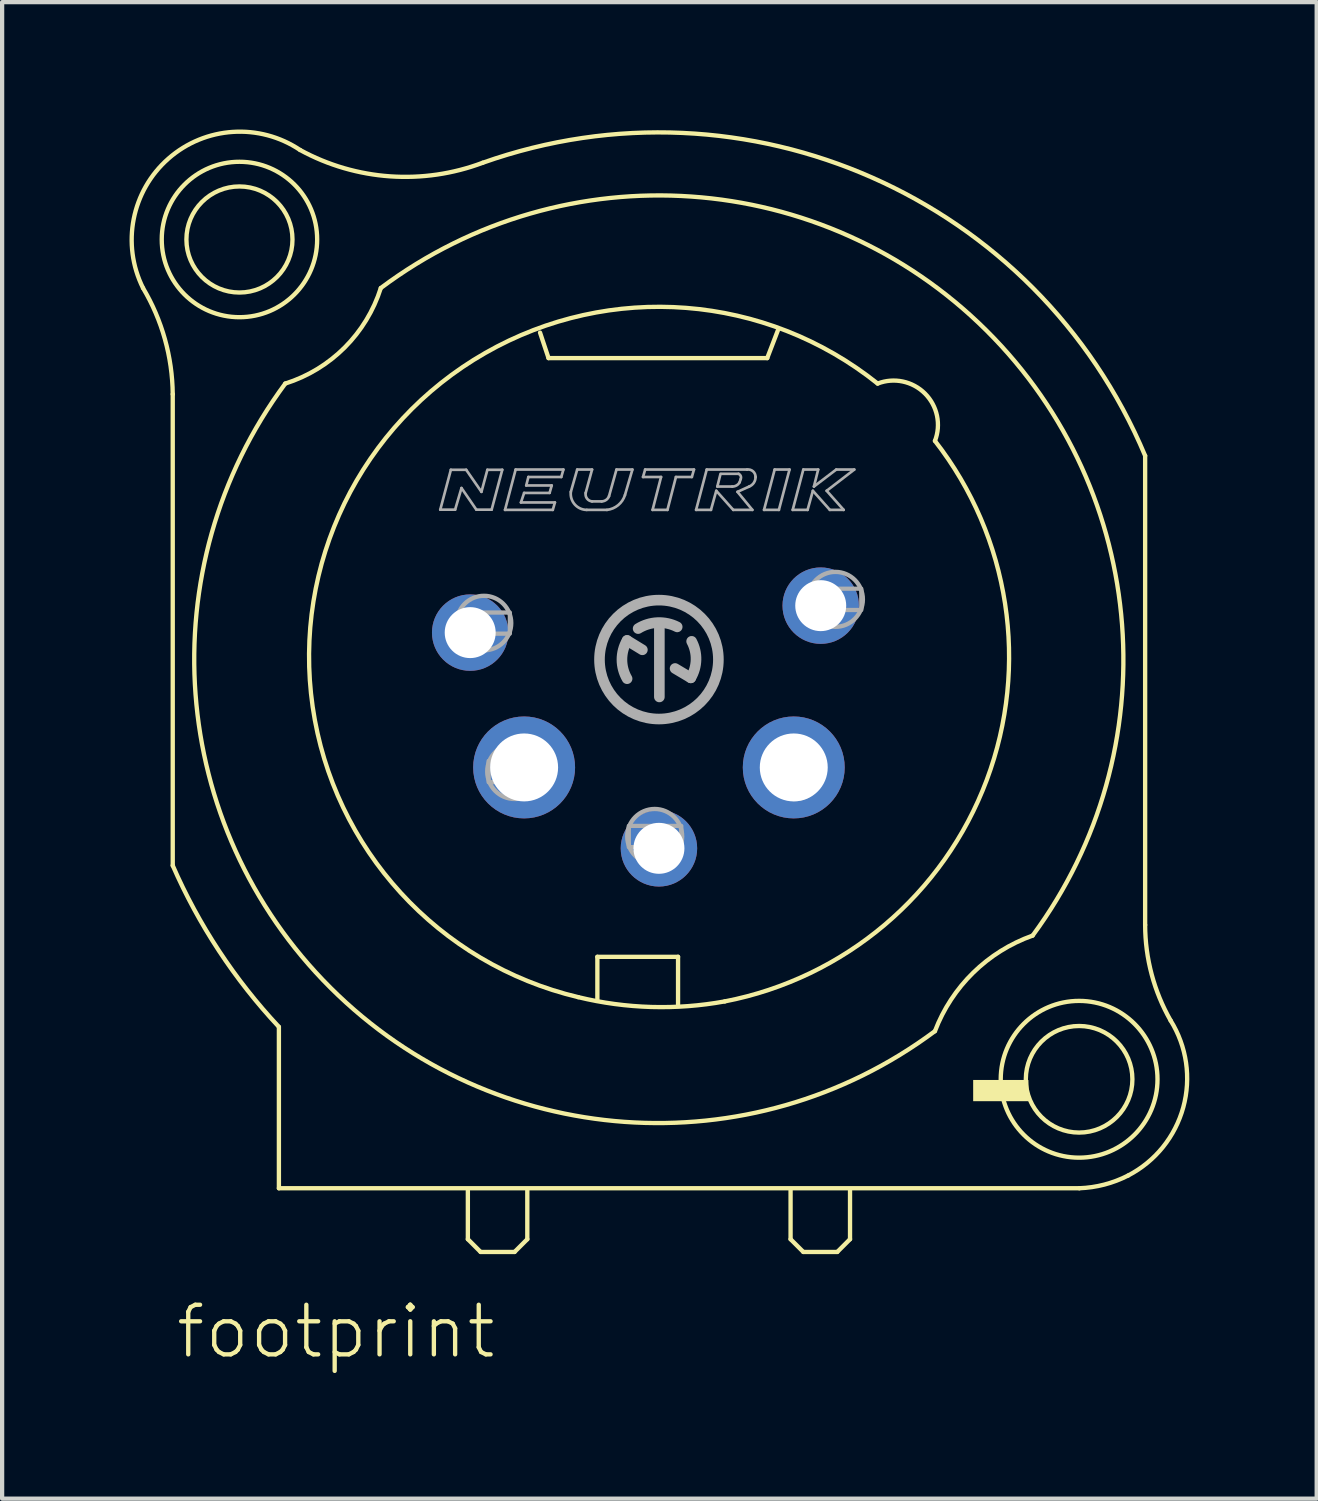
<source format=kicad_pcb>
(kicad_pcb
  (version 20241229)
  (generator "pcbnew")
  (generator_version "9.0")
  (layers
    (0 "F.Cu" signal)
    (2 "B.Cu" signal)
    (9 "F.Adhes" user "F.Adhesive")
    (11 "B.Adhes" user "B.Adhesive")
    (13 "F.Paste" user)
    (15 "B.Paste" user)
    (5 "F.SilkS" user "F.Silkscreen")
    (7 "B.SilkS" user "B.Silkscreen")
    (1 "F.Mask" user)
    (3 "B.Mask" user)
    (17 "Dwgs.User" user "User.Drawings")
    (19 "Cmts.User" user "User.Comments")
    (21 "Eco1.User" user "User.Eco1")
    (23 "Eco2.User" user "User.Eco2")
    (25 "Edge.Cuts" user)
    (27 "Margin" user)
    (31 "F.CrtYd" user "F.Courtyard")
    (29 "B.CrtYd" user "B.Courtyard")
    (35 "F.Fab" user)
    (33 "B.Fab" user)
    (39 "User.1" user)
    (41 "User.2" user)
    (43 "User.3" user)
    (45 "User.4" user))
  (footprint "footprint"
    (layer "F.Cu")
    (at 12.468 12.483)
    (property "Reference" "footprint" (at -11.43 16.51 0) (layer "F.SilkS") (effects (font (size 1.168 1.168) (thickness 0.102)) (justify left bottom)))
    (fp_line (start -11.45 -6.25) (end -11.45 4.85) (stroke (width 0.102) (type solid)) (layer "F.SilkS"))
    (fp_line (start -8.95 8.65) (end -8.95 12.45) (stroke (width 0.102) (type solid)) (layer "F.SilkS"))
    (fp_line (start -8.95 12.45) (end 9.9 12.45) (stroke (width 0.102) (type solid)) (layer "F.SilkS"))
    (fp_line (start -4.5 12.5) (end -4.5 13.65) (stroke (width 0.102) (type solid)) (layer "F.SilkS"))
    (fp_line (start -4.5 13.65) (end -4.2 13.95) (stroke (width 0.102) (type solid)) (layer "F.SilkS"))
    (fp_line (start -4.2 13.95) (end -3.4 13.95) (stroke (width 0.102) (type solid)) (layer "F.SilkS"))
    (fp_line (start -3.4 13.95) (end -3.1 13.65) (stroke (width 0.102) (type solid)) (layer "F.SilkS"))
    (fp_line (start -3.1 13.65) (end -3.1 12.5) (stroke (width 0.102) (type solid)) (layer "F.SilkS"))
    (fp_line (start -2.8 -7.7) (end -2.6 -7.1) (stroke (width 0.102) (type solid)) (layer "F.SilkS"))
    (fp_line (start -2.6 -7.1) (end 2.55 -7.1) (stroke (width 0.102) (type solid)) (layer "F.SilkS"))
    (fp_line (start -1.45 7) (end 0.45 7) (stroke (width 0.102) (type solid)) (layer "F.SilkS"))
    (fp_line (start -1.45 8) (end -1.45 7) (stroke (width 0.102) (type solid)) (layer "F.SilkS"))
    (fp_line (start 0.45 7) (end 0.45 8.15) (stroke (width 0.102) (type solid)) (layer "F.SilkS"))
    (fp_line (start 2.55 -7.1) (end 2.8 -7.75) (stroke (width 0.102) (type solid)) (layer "F.SilkS"))
    (fp_line (start 3.1 12.5) (end 3.1 13.65) (stroke (width 0.102) (type solid)) (layer "F.SilkS"))
    (fp_line (start 3.1 13.65) (end 3.4 13.95) (stroke (width 0.102) (type solid)) (layer "F.SilkS"))
    (fp_line (start 3.4 13.95) (end 4.2 13.95) (stroke (width 0.102) (type solid)) (layer "F.SilkS"))
    (fp_line (start 4.2 13.95) (end 4.5 13.65) (stroke (width 0.102) (type solid)) (layer "F.SilkS"))
    (fp_line (start 4.5 13.65) (end 4.5 12.5) (stroke (width 0.102) (type solid)) (layer "F.SilkS"))
    (fp_line (start 11.45 6.25) (end 11.45 -4.8) (stroke (width 0.102) (type solid)) (layer "F.SilkS"))
    (fp_arc (start -12.15 -8.75) (mid -11.634641 -7.5463) (end -11.45 -6.25) (stroke (width 0.1016) (type solid)) (layer "F.SilkS"))
    (fp_arc (start -12.149999 -8.75) (mid -11.550562 -11.798717) (end -8.45 -12) (stroke (width 0.1016) (type solid)) (layer "F.SilkS"))
    (fp_arc (start -8.95 8.65) (mid -10.362445 6.856872) (end -11.45 4.85) (stroke (width 0.1016) (type solid)) (layer "F.SilkS"))
    (fp_arc (start -6.55 -8.75) (mid 7.709645 -7.752825) (end 8.799998 6.499998) (stroke (width 0.1016) (type solid)) (layer "F.SilkS"))
    (fp_arc (start -6.55 -8.749999) (mid -7.399996 -7.349995) (end -8.8 -6.5) (stroke (width 0.1016) (type solid)) (layer "F.SilkS"))
    (fp_arc (start -4.15 -11.7) (mid -6.332781 -11.380141) (end -8.45 -12) (stroke (width 0.1016) (type solid)) (layer "F.SilkS"))
    (fp_arc (start -4.15 -11.7) (mid 5.021613 -11.351038) (end 11.45 -4.8) (stroke (width 0.1016) (type solid)) (layer "F.SilkS"))
    (fp_arc (start -1.9 7.95) (mid -7.405 -3.680638) (end 5.149998 -6.499999) (stroke (width 0.1016) (type solid)) (layer "F.SilkS"))
    (fp_arc (start 1.55 8.05) (mid -0.180258 8.181405) (end -1.9 7.95) (stroke (width 0.1016) (type solid)) (layer "F.SilkS"))
    (fp_arc (start 5.15 -6.5) (mid 6.265153 -6.265153) (end 6.5 -5.15) (stroke (width 0.1016) (type solid)) (layer "F.SilkS"))
    (fp_arc (start 6.5 -5.15) (mid 7.719787 2.835545) (end 1.550002 8.050001) (stroke (width 0.1016) (type solid)) (layer "F.SilkS"))
    (fp_arc (start 6.5 8.749999) (mid 7.402434 7.371932) (end 8.8 6.5) (stroke (width 0.1016) (type solid)) (layer "F.SilkS"))
    (fp_arc (start 6.5 8.75) (mid -7.7333 7.729886) (end -8.799998 -6.499998) (stroke (width 0.1016) (type solid)) (layer "F.SilkS"))
    (fp_arc (start 11.05 12.15) (mid 10.491533 12.363377) (end 9.9 12.45) (stroke (width 0.1016) (type solid)) (layer "F.SilkS"))
    (fp_arc (start 12.05 8.5) (mid 12.348211 10.543688) (end 11.05 12.15) (stroke (width 0.1016) (type solid)) (layer "F.SilkS"))
    (fp_arc (start 12.05 8.5) (mid 11.603713 7.41401) (end 11.45 6.25) (stroke (width 0.1016) (type solid)) (layer "F.SilkS"))
    (fp_circle (center -9.879 -9.893) (end -8.63 -9.893) (stroke (width 0.102) (type solid)) (fill no) (layer "F.SilkS"))
    (fp_circle (center -9.879 -9.893) (end -8.049 -9.893) (stroke (width 0.102) (type solid)) (fill no) (layer "F.SilkS"))
    (fp_circle (center 9.895 9.884) (end 11.15 9.884) (stroke (width 0.102) (type solid)) (fill no) (layer "F.SilkS"))
    (fp_circle (center 9.895 9.884) (end 11.741 9.884) (stroke (width 0.102) (type solid)) (fill no) (layer "F.SilkS"))
    (fp_poly (pts (xy 7.4 10.4) (xy 8.7 10.4) (xy 8.7 9.9) (xy 7.4 9.9)) (stroke (width 0) (type solid)) (fill yes) (layer "F.SilkS"))
    (fp_line (start -5.15 -3.53) (end -4.9 -4.47) (stroke (width 0.063) (type solid)) (layer "F.Fab"))
    (fp_line (start -4.9 -4.47) (end -4.54 -4.47) (stroke (width 0.063) (type solid)) (layer "F.Fab"))
    (fp_line (start -4.8 -3.53) (end -5.15 -3.53) (stroke (width 0.063) (type solid)) (layer "F.Fab"))
    (fp_line (start -4.65 -4.04) (end -4.8 -3.53) (stroke (width 0.063) (type solid)) (layer "F.Fab"))
    (fp_line (start -4.54 -4.47) (end -4.18 -3.95) (stroke (width 0.063) (type solid)) (layer "F.Fab"))
    (fp_line (start -4.3 -3.53) (end -4.65 -4.04) (stroke (width 0.063) (type solid)) (layer "F.Fab"))
    (fp_line (start -4.18 -3.95) (end -4.04 -4.47) (stroke (width 0.063) (type solid)) (layer "F.Fab"))
    (fp_line (start -4.04 -4.47) (end -3.69 -4.47) (stroke (width 0.063) (type solid)) (layer "F.Fab"))
    (fp_line (start -3.94 -3.53) (end -4.3 -3.53) (stroke (width 0.063) (type solid)) (layer "F.Fab"))
    (fp_line (start -3.69 -4.47) (end -3.94 -3.53) (stroke (width 0.063) (type solid)) (layer "F.Fab"))
    (fp_line (start -3.625 -3.525) (end -3.375 -4.475) (stroke (width 0.063) (type solid)) (layer "F.Fab"))
    (fp_line (start -3.375 -4.475) (end -2.25 -4.475) (stroke (width 0.063) (type solid)) (layer "F.Fab"))
    (fp_line (start -3.25 -3.7) (end -2.45 -3.7) (stroke (width 0.063) (type solid)) (layer "F.Fab"))
    (fp_line (start -3.175 -3.925) (end -3.25 -3.7) (stroke (width 0.063) (type solid)) (layer "F.Fab"))
    (fp_line (start -3.125 -4.1) (end -2.525 -4.1) (stroke (width 0.063) (type solid)) (layer "F.Fab"))
    (fp_line (start -3.075 -4.3) (end -3.125 -4.1) (stroke (width 0.063) (type solid)) (layer "F.Fab"))
    (fp_line (start -2.575 -3.925) (end -3.175 -3.925) (stroke (width 0.063) (type solid)) (layer "F.Fab"))
    (fp_line (start -2.525 -4.1) (end -2.575 -3.925) (stroke (width 0.063) (type solid)) (layer "F.Fab"))
    (fp_line (start -2.5 -3.525) (end -3.625 -3.525) (stroke (width 0.063) (type solid)) (layer "F.Fab"))
    (fp_line (start -2.45 -3.7) (end -2.5 -3.525) (stroke (width 0.063) (type solid)) (layer "F.Fab"))
    (fp_line (start -2.3 -4.3) (end -3.075 -4.3) (stroke (width 0.063) (type solid)) (layer "F.Fab"))
    (fp_line (start -2.25 -4.475) (end -2.3 -4.3) (stroke (width 0.063) (type solid)) (layer "F.Fab"))
    (fp_line (start -2.075 -3.95) (end -1.925 -4.475) (stroke (width 0.063) (type solid)) (layer "F.Fab"))
    (fp_line (start -1.925 -4.475) (end -1.575 -4.475) (stroke (width 0.063) (type solid)) (layer "F.Fab"))
    (fp_line (start -1.575 -4.475) (end -1.725 -3.925) (stroke (width 0.063) (type solid)) (layer "F.Fab"))
    (fp_line (start -1.575 -3.725) (end -1.35 -3.725) (stroke (width 0.063) (type solid)) (layer "F.Fab"))
    (fp_line (start -1.225 -3.525) (end -1.7 -3.525) (stroke (width 0.063) (type solid)) (layer "F.Fab"))
    (fp_line (start -1.175 -3.85) (end -1 -4.475) (stroke (width 0.063) (type solid)) (layer "F.Fab"))
    (fp_line (start -1 -4.475) (end -0.625 -4.475) (stroke (width 0.063) (type solid)) (layer "F.Fab"))
    (fp_line (start -0.75 -0.45) (end -0.39 -0.23) (stroke (width 0.25) (type solid)) (layer "F.Fab"))
    (fp_line (start -0.625 -4.475) (end -0.8 -3.875) (stroke (width 0.063) (type solid)) (layer "F.Fab"))
    (fp_line (start -0.375 -4.3) (end -0.325 -4.475) (stroke (width 0.063) (type solid)) (layer "F.Fab"))
    (fp_line (start -0.325 -4.475) (end 0.825 -4.475) (stroke (width 0.063) (type solid)) (layer "F.Fab"))
    (fp_line (start -0.15 -3.525) (end 0.05 -4.3) (stroke (width 0.063) (type solid)) (layer "F.Fab"))
    (fp_line (start 0.01 0.88) (end 0.01 -0.78) (stroke (width 0.25) (type solid)) (layer "F.Fab"))
    (fp_line (start 0.05 -4.3) (end -0.375 -4.3) (stroke (width 0.063) (type solid)) (layer "F.Fab"))
    (fp_line (start 0.2 -3.525) (end -0.15 -3.525) (stroke (width 0.063) (type solid)) (layer "F.Fab"))
    (fp_line (start 0.38 0.21) (end 0.75 0.43) (stroke (width 0.25) (type solid)) (layer "F.Fab"))
    (fp_line (start 0.4 -4.3) (end 0.2 -3.525) (stroke (width 0.063) (type solid)) (layer "F.Fab"))
    (fp_line (start 0.775 -4.3) (end 0.4 -4.3) (stroke (width 0.063) (type solid)) (layer "F.Fab"))
    (fp_line (start 0.825 -4.475) (end 0.775 -4.3) (stroke (width 0.063) (type solid)) (layer "F.Fab"))
    (fp_line (start 0.875 -3.525) (end 1.125 -4.475) (stroke (width 0.063) (type solid)) (layer "F.Fab"))
    (fp_line (start 1.125 -4.475) (end 2.075 -4.475) (stroke (width 0.063) (type solid)) (layer "F.Fab"))
    (fp_line (start 1.225 -3.525) (end 0.875 -3.525) (stroke (width 0.063) (type solid)) (layer "F.Fab"))
    (fp_line (start 1.35 -3.975) (end 1.225 -3.525) (stroke (width 0.063) (type solid)) (layer "F.Fab"))
    (fp_line (start 1.375 -4.075) (end 1.725 -4.075) (stroke (width 0.063) (type solid)) (layer "F.Fab"))
    (fp_line (start 1.45 -4.375) (end 1.375 -4.075) (stroke (width 0.063) (type solid)) (layer "F.Fab"))
    (fp_line (start 1.75 -3.525) (end 1.35 -3.975) (stroke (width 0.063) (type solid)) (layer "F.Fab"))
    (fp_line (start 1.85 -3.95) (end 2.2 -3.525) (stroke (width 0.063) (type solid)) (layer "F.Fab"))
    (fp_line (start 1.875 -4.375) (end 1.475 -4.375) (stroke (width 0.063) (type solid)) (layer "F.Fab"))
    (fp_line (start 1.9 -4.175) (end 1.925 -4.25) (stroke (width 0.063) (type solid)) (layer "F.Fab"))
    (fp_line (start 2.125 -4.075) (end 1.85 -3.95) (stroke (width 0.063) (type solid)) (layer "F.Fab"))
    (fp_line (start 2.2 -3.525) (end 1.75 -3.525) (stroke (width 0.063) (type solid)) (layer "F.Fab"))
    (fp_line (start 2.475 -3.525) (end 2.725 -4.475) (stroke (width 0.063) (type solid)) (layer "F.Fab"))
    (fp_line (start 2.725 -4.475) (end 3.075 -4.475) (stroke (width 0.063) (type solid)) (layer "F.Fab"))
    (fp_line (start 2.825 -3.525) (end 2.475 -3.525) (stroke (width 0.063) (type solid)) (layer "F.Fab"))
    (fp_line (start 3.075 -4.475) (end 2.825 -3.525) (stroke (width 0.063) (type solid)) (layer "F.Fab"))
    (fp_line (start 3.15 -3.525) (end 3.5 -3.525) (stroke (width 0.063) (type solid)) (layer "F.Fab"))
    (fp_line (start 3.4 -4.475) (end 3.15 -3.525) (stroke (width 0.063) (type solid)) (layer "F.Fab"))
    (fp_line (start 3.5 -3.525) (end 3.625 -3.975) (stroke (width 0.063) (type solid)) (layer "F.Fab"))
    (fp_line (start 3.625 -3.975) (end 4.025 -3.525) (stroke (width 0.063) (type solid)) (layer "F.Fab"))
    (fp_line (start 3.65 -4.075) (end 3.75 -4.475) (stroke (width 0.063) (type solid)) (layer "F.Fab"))
    (fp_line (start 3.75 -4.475) (end 3.4 -4.475) (stroke (width 0.063) (type solid)) (layer "F.Fab"))
    (fp_line (start 3.95 -3.975) (end 4.6 -4.475) (stroke (width 0.063) (type solid)) (layer "F.Fab"))
    (fp_line (start 4.025 -3.525) (end 4.35 -3.525) (stroke (width 0.063) (type solid)) (layer "F.Fab"))
    (fp_line (start 4.175 -4.475) (end 3.65 -4.075) (stroke (width 0.063) (type solid)) (layer "F.Fab"))
    (fp_line (start 4.35 -3.525) (end 3.95 -3.975) (stroke (width 0.063) (type solid)) (layer "F.Fab"))
    (fp_line (start 4.6 -4.475) (end 4.175 -4.475) (stroke (width 0.063) (type solid)) (layer "F.Fab"))
    (fp_arc (start -1.7 -3.525) (mid -1.982521 -3.653658) (end -2.075 -3.95) (stroke (width 0.0634) (type solid)) (layer "F.Fab"))
    (fp_arc (start -1.575001 -3.724999) (mid -1.694241 -3.79182) (end -1.725 -3.925) (stroke (width 0.0634) (type solid)) (layer "F.Fab"))
    (fp_arc (start -1.175001 -3.849999) (mid -1.243029 -3.76024) (end -1.35 -3.725) (stroke (width 0.0634) (type solid)) (layer "F.Fab"))
    (fp_arc (start -0.8 -3.875) (mid -0.960298 -3.636613) (end -1.224999 -3.525) (stroke (width 0.0634) (type solid)) (layer "F.Fab"))
    (fp_arc (start -0.75 0.45) (mid -0.871403 0) (end -0.75 -0.45) (stroke (width 0.25) (type solid)) (layer "F.Fab"))
    (fp_arc (start -0.49 -0.73) (mid -0.035247 -0.870661) (end 0.429999 -0.77) (stroke (width 0.25) (type solid)) (layer "F.Fab"))
    (fp_arc (start 0.769999 -0.430001) (mid 0.873225 0.002632) (end 0.75 0.43) (stroke (width 0.25) (type solid)) (layer "F.Fab"))
    (fp_arc (start 1.875 -4.375) (mid 1.925888 -4.322855) (end 1.925 -4.25) (stroke (width 0.0634) (type solid)) (layer "F.Fab"))
    (fp_arc (start 1.899999 -4.175) (mid 1.82636 -4.100745) (end 1.725 -4.075) (stroke (width 0.0634) (type solid)) (layer "F.Fab"))
    (fp_arc (start 2.075 -4.475) (mid 2.215619 -4.43392) (end 2.275 -4.299998) (stroke (width 0.0634) (type solid)) (layer "F.Fab"))
    (fp_arc (start 2.275 -4.3) (mid 2.235142 -4.164071) (end 2.125 -4.074999) (stroke (width 0.0634) (type solid)) (layer "F.Fab"))
    (fp_circle (center -4.12 -0.86) (end -3.478 -0.86) (stroke (width 0.102) (type solid)) (fill no) (layer "F.Fab"))
    (fp_circle (center -3.397 2.636) (end -2.75 2.636) (stroke (width 0.102) (type solid)) (fill no) (layer "F.Fab"))
    (fp_circle (center -0.1 4.165) (end 0.547 4.165) (stroke (width 0.102) (type solid)) (fill no) (layer "F.Fab"))
    (fp_circle (center 0 0) (end 1.4 0) (stroke (width 0.25) (type solid)) (fill no) (layer "F.Fab"))
    (fp_circle (center 3.196 2.637) (end 3.844 2.637) (stroke (width 0.102) (type solid)) (fill no) (layer "F.Fab"))
    (fp_circle (center 4.156 -1.418) (end 4.803 -1.418) (stroke (width 0.102) (type solid)) (fill no) (layer "F.Fab"))
    (fp_poly (pts (xy -4.011 2.887) (xy -2.797 2.887) (xy -2.797 2.386) (xy -4.011 2.386)) (stroke (width 0.1) (type solid)) (fill no) (layer "F.Fab"))
    (fp_poly (pts (xy -3.511 -1.108) (xy -4.727 -1.108) (xy -4.727 -0.61) (xy -3.511 -0.61)) (stroke (width 0.1) (type solid)) (fill no) (layer "F.Fab"))
    (fp_poly (pts (xy -0.71 4.416) (xy 0.526 4.416) (xy 0.526 3.917) (xy -0.71 3.917)) (stroke (width 0.1) (type solid)) (fill no) (layer "F.Fab"))
    (fp_poly (pts (xy 2.56 2.889) (xy 3.797 2.889) (xy 3.797 2.388) (xy 2.56 2.388)) (stroke (width 0.1) (type solid)) (fill no) (layer "F.Fab"))
    (fp_poly (pts (xy 4.765 -1.669) (xy 3.546 -1.669) (xy 3.546 -1.168) (xy 4.765 -1.168)) (stroke (width 0.1) (type solid)) (fill no) (layer "F.Fab"))
    (pad "1" thru_hole circle (at -4.445 -0.635) (size 1.8 1.8) (drill 1.2) (layers "*.Cu" "*.Mask"))
    (pad "2" thru_hole circle (at -3.175 2.54) (size 2.4 2.4) (drill 1.6) (layers "*.Cu" "*.Mask"))
    (pad "3" thru_hole circle (at 0 4.445) (size 1.8 1.8) (drill 1.2) (layers "*.Cu" "*.Mask"))
    (pad "4" thru_hole circle (at 3.175 2.54) (size 2.4 2.4) (drill 1.6) (layers "*.Cu" "*.Mask"))
    (pad "5" thru_hole circle (at 3.81 -1.27) (size 1.8 1.8) (drill 1.2) (layers "*.Cu" "*.Mask")))
  (gr_rect
    (start -3 -3)
    (end 27.958 32.243)
    (stroke (width 0.1) (type default))
    (fill no)
    (layer "Edge.Cuts")))
</source>
